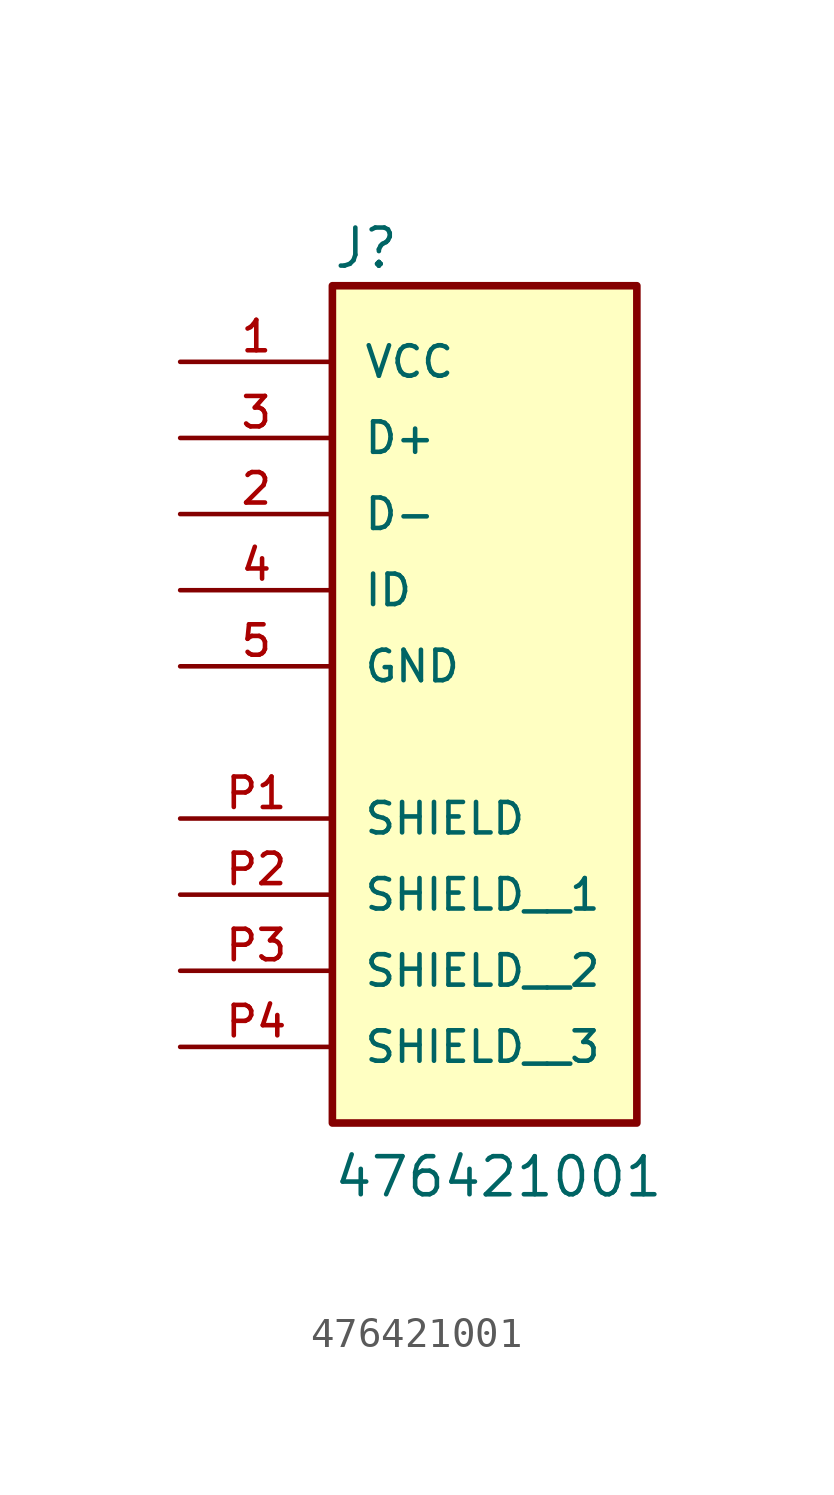
<source format=kicad_sym>
(kicad_symbol_lib
  (version 20211014)
  (generator kicad_symbol_editor)
  (symbol "476421001"
    (pin_names
      (offset 1.016))
    (property "Reference" "J"
      (at -5.08 10.668 0)
      (effects (font (size 1.27 1.27)) (justify bottom left)))
    (property "Value" "476421001"
      (at -5.08 -20.32 0)
      (effects (font (size 1.27 1.27)) (justify bottom left)))
    (symbol "476421001_0_0"
      (rectangle (start -5.08 -17.78) (end 5.08 10.16) (stroke (width 0.254)) (fill (type background)))
      (pin bidirectional line (at -10.16 5.08 0) (length 5.08) (name "D+" (effects (font (size 1.016 1.016)))) (number "3" (effects (font (size 1.016 1.016)))))
      (pin bidirectional line (at -10.16 2.54 0) (length 5.08) (name "D-" (effects (font (size 1.016 1.016)))) (number "2" (effects (font (size 1.016 1.016)))))
      (pin power_in line (at -10.16 7.62 0) (length 5.08) (name "VCC" (effects (font (size 1.016 1.016)))) (number "1" (effects (font (size 1.016 1.016)))))
      (pin power_in line (at -10.16 -2.54 0) (length 5.08) (name "GND" (effects (font (size 1.016 1.016)))) (number "5" (effects (font (size 1.016 1.016)))))
      (pin power_in line (at -10.16 -7.62 0) (length 5.08) (name "SHIELD" (effects (font (size 1.016 1.016)))) (number "P1" (effects (font (size 1.016 1.016)))))
      (pin bidirectional line (at -10.16 0.0 0) (length 5.08) (name "ID" (effects (font (size 1.016 1.016)))) (number "4" (effects (font (size 1.016 1.016)))))
      (pin power_in line (at -10.16 -10.16 0) (length 5.08) (name "SHIELD__1" (effects (font (size 1.016 1.016)))) (number "P2" (effects (font (size 1.016 1.016)))))
      (pin power_in line (at -10.16 -12.7 0) (length 5.08) (name "SHIELD__2" (effects (font (size 1.016 1.016)))) (number "P3" (effects (font (size 1.016 1.016)))))
      (pin power_in line (at -10.16 -15.24 0) (length 5.08) (name "SHIELD__3" (effects (font (size 1.016 1.016)))) (number "P4" (effects (font (size 1.016 1.016))))))))
</source>
